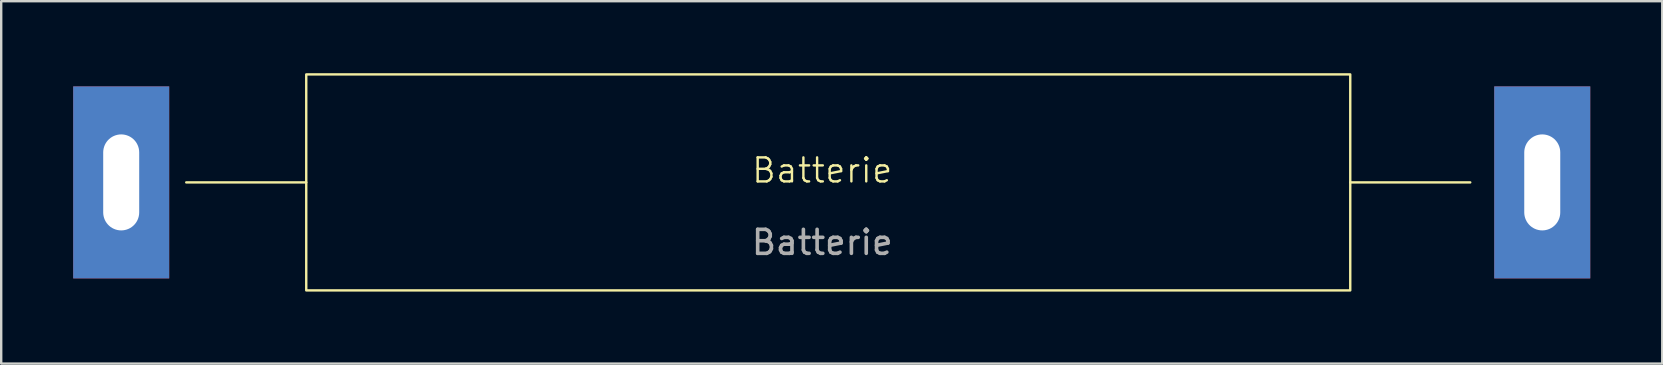
<source format=kicad_pcb>
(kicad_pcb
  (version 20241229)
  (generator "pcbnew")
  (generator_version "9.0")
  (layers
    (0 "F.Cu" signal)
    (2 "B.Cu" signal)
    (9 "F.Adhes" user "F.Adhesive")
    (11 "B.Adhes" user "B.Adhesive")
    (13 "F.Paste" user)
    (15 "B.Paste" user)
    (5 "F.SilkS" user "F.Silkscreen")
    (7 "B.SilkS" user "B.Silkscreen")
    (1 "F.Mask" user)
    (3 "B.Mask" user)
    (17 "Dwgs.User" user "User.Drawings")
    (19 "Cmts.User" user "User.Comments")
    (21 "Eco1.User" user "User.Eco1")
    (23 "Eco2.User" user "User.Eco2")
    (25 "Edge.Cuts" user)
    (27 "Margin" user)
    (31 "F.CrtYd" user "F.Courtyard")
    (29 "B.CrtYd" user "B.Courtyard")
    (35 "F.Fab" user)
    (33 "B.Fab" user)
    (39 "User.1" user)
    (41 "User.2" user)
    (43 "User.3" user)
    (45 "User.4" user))
  (footprint "Batterie"
    (layer "F.Cu")
    (at 31.21 4.55)
    (property "Reference" "Batterie" (at 0 -0.5 0) (unlocked yes) (layer "F.SilkS") (effects (font (size 1 1) (thickness 0.1))))
    (attr through_hole)
    (fp_line (start -21.5 0) (end -26.5 0) (stroke (width 0.1) (type default)) (layer "F.SilkS"))
    (fp_line (start 22 0) (end 27 0) (stroke (width 0.1) (type default)) (layer "F.SilkS"))
    (fp_rect (start -21.5 -4.5) (end 22 4.5) (stroke (width 0.1) (type default)) (fill no) (layer "F.SilkS"))
    (fp_text user "${REFERENCE}" (at 0 2.5 0) (unlocked yes) (layer "F.Fab") (effects (font (size 1 1) (thickness 0.15))))
    (pad "1" thru_hole rect (at 30 0) (size 4 8) (drill oval 1.5 4) (layers "*.Cu" "*.Mask"))
    (pad "2" thru_hole rect (at -29.21 0) (size 4 8) (drill oval 1.5 4) (layers "*.Cu" "*.Mask")))
  (gr_rect
    (start -3 -3)
    (end 66.21 12.1)
    (stroke (width 0.1) (type default))
    (fill no)
    (layer "Edge.Cuts")))
</source>
